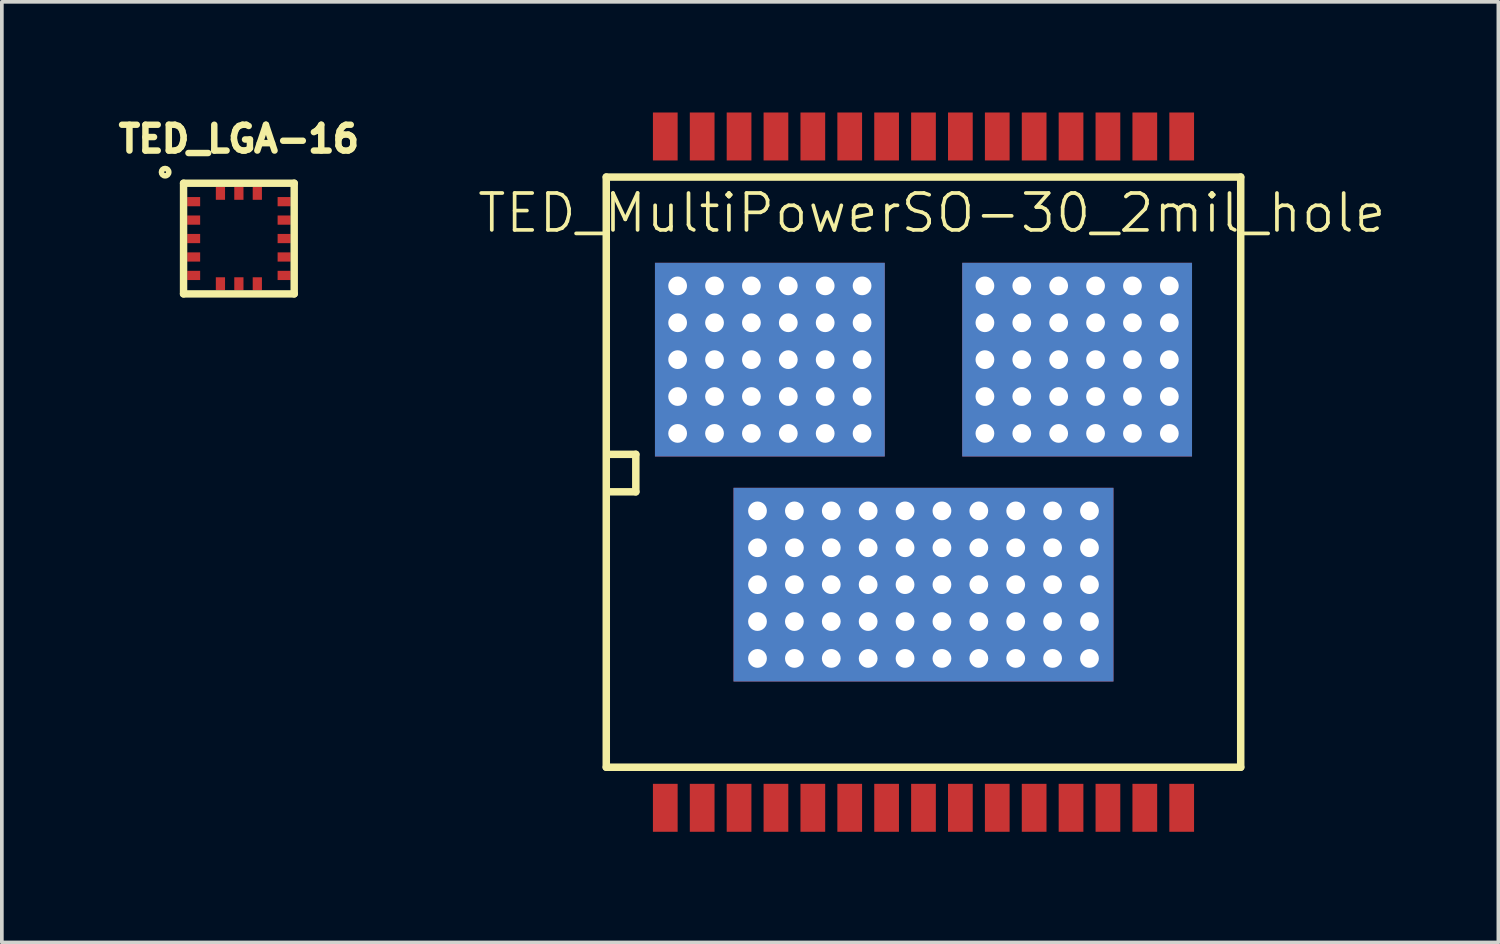
<source format=kicad_pcb>
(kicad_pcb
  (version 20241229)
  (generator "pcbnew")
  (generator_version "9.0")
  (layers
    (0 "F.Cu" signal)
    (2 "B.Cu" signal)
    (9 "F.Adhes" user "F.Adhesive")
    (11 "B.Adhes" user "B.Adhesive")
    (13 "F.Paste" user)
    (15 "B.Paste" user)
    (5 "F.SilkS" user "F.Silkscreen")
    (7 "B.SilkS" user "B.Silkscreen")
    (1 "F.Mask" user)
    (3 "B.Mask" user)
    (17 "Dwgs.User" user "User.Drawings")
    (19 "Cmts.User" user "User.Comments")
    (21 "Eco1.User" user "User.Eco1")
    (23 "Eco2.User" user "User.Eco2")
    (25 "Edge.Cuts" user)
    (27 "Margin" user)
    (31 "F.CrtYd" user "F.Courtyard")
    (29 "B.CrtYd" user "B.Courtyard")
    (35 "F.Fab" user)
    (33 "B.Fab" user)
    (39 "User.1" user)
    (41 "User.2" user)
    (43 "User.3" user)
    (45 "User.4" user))
  (footprint "TED_MultiPowerSO-30_2mil_hole"
    (layer "F.Cu")
    (at 21.986 9.75)
    (property "Reference" "TED_MultiPowerSO-30_2mil_hole" (at 0.225 -7.025 0) (layer "F.SilkS") (effects (font (size 1 1) (thickness 0.1))))
    (attr smd)
    (fp_line (start -8.6 -8) (end 8.6 -8) (stroke (width 0.203) (type solid)) (layer "F.SilkS"))
    (fp_line (start -8.6 8) (end -8.6 -8) (stroke (width 0.203) (type solid)) (layer "F.SilkS"))
    (fp_line (start -8.561 -0.483) (end -7.799 -0.483) (stroke (width 0.203) (type solid)) (layer "F.SilkS"))
    (fp_line (start -7.799 -0.483) (end -7.799 0.533) (stroke (width 0.203) (type solid)) (layer "F.SilkS"))
    (fp_line (start -7.799 0.533) (end -8.561 0.533) (stroke (width 0.203) (type solid)) (layer "F.SilkS"))
    (fp_line (start 8.6 -8) (end 8.6 8) (stroke (width 0.203) (type solid)) (layer "F.SilkS"))
    (fp_line (start 8.6 8) (end -8.6 8) (stroke (width 0.203) (type solid)) (layer "F.SilkS"))
    (pad "1" smd rect (at -7 9.1) (size 0.67 1.3) (layers "F.Cu" "F.Mask" "F.Paste"))
    (pad "2" smd rect (at -6 9.1) (size 0.67 1.3) (layers "F.Cu" "F.Mask" "F.Paste"))
    (pad "3" smd rect (at -5 9.1) (size 0.67 1.3) (layers "F.Cu" "F.Mask" "F.Paste"))
    (pad "4" smd rect (at -4 9.1) (size 0.67 1.3) (layers "F.Cu" "F.Mask" "F.Paste"))
    (pad "5" smd rect (at -3 9.1) (size 0.67 1.3) (layers "F.Cu" "F.Mask" "F.Paste"))
    (pad "6" smd rect (at -2 9.1) (size 0.67 1.3) (layers "F.Cu" "F.Mask" "F.Paste"))
    (pad "7" smd rect (at -1 9.1) (size 0.67 1.3) (layers "F.Cu" "F.Mask" "F.Paste"))
    (pad "8" smd rect (at 0 9.1) (size 0.67 1.3) (layers "F.Cu" "F.Mask" "F.Paste"))
    (pad "9" smd rect (at 1 9.1) (size 0.67 1.3) (layers "F.Cu" "F.Mask" "F.Paste"))
    (pad "10" smd rect (at 2 9.1) (size 0.67 1.3) (layers "F.Cu" "F.Mask" "F.Paste"))
    (pad "11" smd rect (at 3 9.1) (size 0.67 1.3) (layers "F.Cu" "F.Mask" "F.Paste"))
    (pad "12" smd rect (at 4 9.1) (size 0.67 1.3) (layers "F.Cu" "F.Mask" "F.Paste"))
    (pad "13" smd rect (at 5 9.1) (size 0.67 1.3) (layers "F.Cu" "F.Mask" "F.Paste"))
    (pad "14" smd rect (at 6 9.1) (size 0.67 1.3) (layers "F.Cu" "F.Mask" "F.Paste"))
    (pad "15" smd rect (at 7 9.1) (size 0.67 1.3) (layers "F.Cu" "F.Mask" "F.Paste"))
    (pad "16" smd rect (at 7 -9.1) (size 0.67 1.3) (layers "F.Cu" "F.Mask" "F.Paste"))
    (pad "17" smd rect (at 6 -9.1) (size 0.67 1.3) (layers "F.Cu" "F.Mask" "F.Paste"))
    (pad "18" smd rect (at 5 -9.1) (size 0.67 1.3) (layers "F.Cu" "F.Mask" "F.Paste"))
    (pad "19" smd rect (at 4 -9.1) (size 0.67 1.3) (layers "F.Cu" "F.Mask" "F.Paste"))
    (pad "20" smd rect (at 3 -9.1) (size 0.67 1.3) (layers "F.Cu" "F.Mask" "F.Paste"))
    (pad "21" smd rect (at 2 -9.1) (size 0.67 1.3) (layers "F.Cu" "F.Mask" "F.Paste"))
    (pad "22" smd rect (at 1 -9.1) (size 0.67 1.3) (layers "F.Cu" "F.Mask" "F.Paste"))
    (pad "23" smd rect (at 0 -9.1) (size 0.67 1.3) (layers "F.Cu" "F.Mask" "F.Paste"))
    (pad "24" smd rect (at -1 -9.1) (size 0.67 1.3) (layers "F.Cu" "F.Mask" "F.Paste"))
    (pad "25" smd rect (at -2 -9.1) (size 0.67 1.3) (layers "F.Cu" "F.Mask" "F.Paste"))
    (pad "26" smd rect (at -3 -9.1) (size 0.67 1.3) (layers "F.Cu" "F.Mask" "F.Paste"))
    (pad "27" smd rect (at -4 -9.1) (size 0.67 1.3) (layers "F.Cu" "F.Mask" "F.Paste"))
    (pad "28" smd rect (at -5 -9.1) (size 0.67 1.3) (layers "F.Cu" "F.Mask" "F.Paste"))
    (pad "29" smd rect (at -6 -9.1) (size 0.67 1.3) (layers "F.Cu" "F.Mask" "F.Paste"))
    (pad "30" smd rect (at -7 -9.1) (size 0.67 1.3) (layers "F.Cu" "F.Mask" "F.Paste"))
    (pad "31" thru_hole circle (at -4.5 1.05) (size 0.508 0.508) (drill 0.508) (layers "*.Cu"))
    (pad "31" thru_hole circle (at -4.5 2.05) (size 0.508 0.508) (drill 0.508) (layers "*.Cu"))
    (pad "31" thru_hole circle (at -4.5 3.05) (size 0.508 0.508) (drill 0.508) (layers "*.Cu"))
    (pad "31" thru_hole circle (at -4.5 4.05) (size 0.508 0.508) (drill 0.508) (layers "*.Cu"))
    (pad "31" thru_hole circle (at -4.5 5.05) (size 0.508 0.508) (drill 0.508) (layers "*.Cu"))
    (pad "31" thru_hole circle (at -3.5 1.05) (size 0.508 0.508) (drill 0.508) (layers "*.Cu"))
    (pad "31" thru_hole circle (at -3.5 2.05) (size 0.508 0.508) (drill 0.508) (layers "*.Cu"))
    (pad "31" thru_hole circle (at -3.5 3.05) (size 0.508 0.508) (drill 0.508) (layers "*.Cu"))
    (pad "31" thru_hole circle (at -3.5 4.05) (size 0.508 0.508) (drill 0.508) (layers "*.Cu"))
    (pad "31" thru_hole circle (at -3.5 5.05) (size 0.508 0.508) (drill 0.508) (layers "*.Cu"))
    (pad "31" thru_hole circle (at -2.5 1.05) (size 0.508 0.508) (drill 0.508) (layers "*.Cu"))
    (pad "31" thru_hole circle (at -2.5 2.05) (size 0.508 0.508) (drill 0.508) (layers "*.Cu"))
    (pad "31" thru_hole circle (at -2.5 3.05) (size 0.508 0.508) (drill 0.508) (layers "*.Cu"))
    (pad "31" thru_hole circle (at -2.5 4.05) (size 0.508 0.508) (drill 0.508) (layers "*.Cu"))
    (pad "31" thru_hole circle (at -2.5 5.05) (size 0.508 0.508) (drill 0.508) (layers "*.Cu"))
    (pad "31" thru_hole circle (at -1.5 1.05) (size 0.508 0.508) (drill 0.508) (layers "*.Cu"))
    (pad "31" thru_hole circle (at -1.5 2.05) (size 0.508 0.508) (drill 0.508) (layers "*.Cu"))
    (pad "31" thru_hole circle (at -1.5 3.05) (size 0.508 0.508) (drill 0.508) (layers "*.Cu"))
    (pad "31" thru_hole circle (at -1.5 4.05) (size 0.508 0.508) (drill 0.508) (layers "*.Cu"))
    (pad "31" thru_hole circle (at -1.5 5.05) (size 0.508 0.508) (drill 0.508) (layers "*.Cu"))
    (pad "31" thru_hole circle (at -0.5 1.05) (size 0.508 0.508) (drill 0.508) (layers "*.Cu"))
    (pad "31" thru_hole circle (at -0.5 2.05) (size 0.508 0.508) (drill 0.508) (layers "*.Cu"))
    (pad "31" thru_hole circle (at -0.5 3.05) (size 0.508 0.508) (drill 0.508) (layers "*.Cu"))
    (pad "31" thru_hole circle (at -0.5 4.05) (size 0.508 0.508) (drill 0.508) (layers "*.Cu"))
    (pad "31" thru_hole circle (at -0.5 5.05) (size 0.508 0.508) (drill 0.508) (layers "*.Cu"))
    (pad "31" smd rect (at 0 3.05) (size 10.3 5.25) (layers "F.Cu" "F.Mask" "F.Paste"))
    (pad "31" smd rect (at 0 3.05) (size 10.3 5.25) (layers "F.Mask" "B.Cu" "F.Paste"))
    (pad "31" thru_hole circle (at 0.5 1.05) (size 0.508 0.508) (drill 0.508) (layers "*.Cu"))
    (pad "31" thru_hole circle (at 0.5 2.05) (size 0.508 0.508) (drill 0.508) (layers "*.Cu"))
    (pad "31" thru_hole circle (at 0.5 3.05) (size 0.508 0.508) (drill 0.508) (layers "*.Cu"))
    (pad "31" thru_hole circle (at 0.5 4.05) (size 0.508 0.508) (drill 0.508) (layers "*.Cu"))
    (pad "31" thru_hole circle (at 0.5 5.05) (size 0.508 0.508) (drill 0.508) (layers "*.Cu"))
    (pad "31" thru_hole circle (at 1.5 1.05) (size 0.508 0.508) (drill 0.508) (layers "*.Cu"))
    (pad "31" thru_hole circle (at 1.5 2.05) (size 0.508 0.508) (drill 0.508) (layers "*.Cu"))
    (pad "31" thru_hole circle (at 1.5 3.05) (size 0.508 0.508) (drill 0.508) (layers "*.Cu"))
    (pad "31" thru_hole circle (at 1.5 4.05) (size 0.508 0.508) (drill 0.508) (layers "*.Cu"))
    (pad "31" thru_hole circle (at 1.5 5.05) (size 0.508 0.508) (drill 0.508) (layers "*.Cu"))
    (pad "31" thru_hole circle (at 2.5 1.05) (size 0.508 0.508) (drill 0.508) (layers "*.Cu"))
    (pad "31" thru_hole circle (at 2.5 2.05) (size 0.508 0.508) (drill 0.508) (layers "*.Cu"))
    (pad "31" thru_hole circle (at 2.5 3.05) (size 0.508 0.508) (drill 0.508) (layers "*.Cu"))
    (pad "31" thru_hole circle (at 2.5 4.05) (size 0.508 0.508) (drill 0.508) (layers "*.Cu"))
    (pad "31" thru_hole circle (at 2.5 5.05) (size 0.508 0.508) (drill 0.508) (layers "*.Cu"))
    (pad "31" thru_hole circle (at 3.5 1.05) (size 0.508 0.508) (drill 0.508) (layers "*.Cu"))
    (pad "31" thru_hole circle (at 3.5 2.05) (size 0.508 0.508) (drill 0.508) (layers "*.Cu"))
    (pad "31" thru_hole circle (at 3.5 3.05) (size 0.508 0.508) (drill 0.508) (layers "*.Cu"))
    (pad "31" thru_hole circle (at 3.5 4.05) (size 0.508 0.508) (drill 0.508) (layers "*.Cu"))
    (pad "31" thru_hole circle (at 3.5 5.05) (size 0.508 0.508) (drill 0.508) (layers "*.Cu"))
    (pad "31" thru_hole circle (at 4.5 1.05) (size 0.508 0.508) (drill 0.508) (layers "*.Cu"))
    (pad "31" thru_hole circle (at 4.5 2.05) (size 0.508 0.508) (drill 0.508) (layers "*.Cu"))
    (pad "31" thru_hole circle (at 4.5 3.05) (size 0.508 0.508) (drill 0.508) (layers "*.Cu"))
    (pad "31" thru_hole circle (at 4.5 4.05) (size 0.508 0.508) (drill 0.508) (layers "*.Cu"))
    (pad "31" thru_hole circle (at 4.5 5.05) (size 0.508 0.508) (drill 0.508) (layers "*.Cu"))
    (pad "32" thru_hole circle (at 1.665 -5.05) (size 0.508 0.508) (drill 0.508) (layers "*.Cu"))
    (pad "32" thru_hole circle (at 1.665 -4.05) (size 0.508 0.508) (drill 0.508) (layers "*.Cu"))
    (pad "32" thru_hole circle (at 1.665 -3.05) (size 0.508 0.508) (drill 0.508) (layers "*.Cu"))
    (pad "32" thru_hole circle (at 1.665 -2.05) (size 0.508 0.508) (drill 0.508) (layers "*.Cu"))
    (pad "32" thru_hole circle (at 1.665 -1.05) (size 0.508 0.508) (drill 0.508) (layers "*.Cu"))
    (pad "32" thru_hole circle (at 2.665 -5.05) (size 0.508 0.508) (drill 0.508) (layers "*.Cu"))
    (pad "32" thru_hole circle (at 2.665 -4.05) (size 0.508 0.508) (drill 0.508) (layers "*.Cu"))
    (pad "32" thru_hole circle (at 2.665 -3.05) (size 0.508 0.508) (drill 0.508) (layers "*.Cu"))
    (pad "32" thru_hole circle (at 2.665 -2.05) (size 0.508 0.508) (drill 0.508) (layers "*.Cu"))
    (pad "32" thru_hole circle (at 2.665 -1.05) (size 0.508 0.508) (drill 0.508) (layers "*.Cu"))
    (pad "32" thru_hole circle (at 3.665 -5.05) (size 0.508 0.508) (drill 0.508) (layers "*.Cu"))
    (pad "32" thru_hole circle (at 3.665 -4.05) (size 0.508 0.508) (drill 0.508) (layers "*.Cu"))
    (pad "32" thru_hole circle (at 3.665 -3.05) (size 0.508 0.508) (drill 0.508) (layers "*.Cu"))
    (pad "32" thru_hole circle (at 3.665 -2.05) (size 0.508 0.508) (drill 0.508) (layers "*.Cu"))
    (pad "32" thru_hole circle (at 3.665 -1.05) (size 0.508 0.508) (drill 0.508) (layers "*.Cu"))
    (pad "32" smd rect (at 4.165 -3.05) (size 6.23 5.25) (layers "F.Cu" "F.Mask" "F.Paste"))
    (pad "32" smd rect (at 4.165 -3.05) (size 6.23 5.25) (layers "F.Mask" "B.Cu" "F.Paste"))
    (pad "32" thru_hole circle (at 4.665 -5.05) (size 0.508 0.508) (drill 0.508) (layers "*.Cu"))
    (pad "32" thru_hole circle (at 4.665 -4.05) (size 0.508 0.508) (drill 0.508) (layers "*.Cu"))
    (pad "32" thru_hole circle (at 4.665 -3.05) (size 0.508 0.508) (drill 0.508) (layers "*.Cu"))
    (pad "32" thru_hole circle (at 4.665 -2.05) (size 0.508 0.508) (drill 0.508) (layers "*.Cu"))
    (pad "32" thru_hole circle (at 4.665 -1.05) (size 0.508 0.508) (drill 0.508) (layers "*.Cu"))
    (pad "32" thru_hole circle (at 5.665 -5.05) (size 0.508 0.508) (drill 0.508) (layers "*.Cu"))
    (pad "32" thru_hole circle (at 5.665 -4.05) (size 0.508 0.508) (drill 0.508) (layers "*.Cu"))
    (pad "32" thru_hole circle (at 5.665 -3.05) (size 0.508 0.508) (drill 0.508) (layers "*.Cu"))
    (pad "32" thru_hole circle (at 5.665 -2.05) (size 0.508 0.508) (drill 0.508) (layers "*.Cu"))
    (pad "32" thru_hole circle (at 5.665 -1.05) (size 0.508 0.508) (drill 0.508) (layers "*.Cu"))
    (pad "32" thru_hole circle (at 6.665 -5.05) (size 0.508 0.508) (drill 0.508) (layers "*.Cu"))
    (pad "32" thru_hole circle (at 6.665 -4.05) (size 0.508 0.508) (drill 0.508) (layers "*.Cu"))
    (pad "32" thru_hole circle (at 6.665 -3.05) (size 0.508 0.508) (drill 0.508) (layers "*.Cu"))
    (pad "32" thru_hole circle (at 6.665 -2.05) (size 0.508 0.508) (drill 0.508) (layers "*.Cu"))
    (pad "32" thru_hole circle (at 6.665 -1.05) (size 0.508 0.508) (drill 0.508) (layers "*.Cu"))
    (pad "33" thru_hole circle (at -6.665 -5.05) (size 0.508 0.508) (drill 0.508) (layers "*.Cu"))
    (pad "33" thru_hole circle (at -6.665 -4.05) (size 0.508 0.508) (drill 0.508) (layers "*.Cu"))
    (pad "33" thru_hole circle (at -6.665 -3.05) (size 0.508 0.508) (drill 0.508) (layers "*.Cu"))
    (pad "33" thru_hole circle (at -6.665 -2.05) (size 0.508 0.508) (drill 0.508) (layers "*.Cu"))
    (pad "33" thru_hole circle (at -6.665 -1.05) (size 0.508 0.508) (drill 0.508) (layers "*.Cu"))
    (pad "33" thru_hole circle (at -5.665 -5.05) (size 0.508 0.508) (drill 0.508) (layers "*.Cu"))
    (pad "33" thru_hole circle (at -5.665 -4.05) (size 0.508 0.508) (drill 0.508) (layers "*.Cu"))
    (pad "33" thru_hole circle (at -5.665 -3.05) (size 0.508 0.508) (drill 0.508) (layers "*.Cu"))
    (pad "33" thru_hole circle (at -5.665 -2.05) (size 0.508 0.508) (drill 0.508) (layers "*.Cu"))
    (pad "33" thru_hole circle (at -5.665 -1.05) (size 0.508 0.508) (drill 0.508) (layers "*.Cu"))
    (pad "33" thru_hole circle (at -4.665 -5.05) (size 0.508 0.508) (drill 0.508) (layers "*.Cu"))
    (pad "33" thru_hole circle (at -4.665 -4.05) (size 0.508 0.508) (drill 0.508) (layers "*.Cu"))
    (pad "33" thru_hole circle (at -4.665 -3.05) (size 0.508 0.508) (drill 0.508) (layers "*.Cu"))
    (pad "33" thru_hole circle (at -4.665 -2.05) (size 0.508 0.508) (drill 0.508) (layers "*.Cu"))
    (pad "33" thru_hole circle (at -4.665 -1.05) (size 0.508 0.508) (drill 0.508) (layers "*.Cu"))
    (pad "33" smd rect (at -4.165 -3.05) (size 6.23 5.25) (layers "F.Cu" "F.Mask" "F.Paste"))
    (pad "33" smd rect (at -4.165 -3.05) (size 6.23 5.25) (layers "F.Mask" "B.Cu" "F.Paste"))
    (pad "33" thru_hole circle (at -3.665 -5.05) (size 0.508 0.508) (drill 0.508) (layers "*.Cu"))
    (pad "33" thru_hole circle (at -3.665 -4.05) (size 0.508 0.508) (drill 0.508) (layers "*.Cu"))
    (pad "33" thru_hole circle (at -3.665 -3.05) (size 0.508 0.508) (drill 0.508) (layers "*.Cu"))
    (pad "33" thru_hole circle (at -3.665 -2.05) (size 0.508 0.508) (drill 0.508) (layers "*.Cu"))
    (pad "33" thru_hole circle (at -3.665 -1.05) (size 0.508 0.508) (drill 0.508) (layers "*.Cu"))
    (pad "33" thru_hole circle (at -2.665 -5.05) (size 0.508 0.508) (drill 0.508) (layers "*.Cu"))
    (pad "33" thru_hole circle (at -2.665 -4.05) (size 0.508 0.508) (drill 0.508) (layers "*.Cu"))
    (pad "33" thru_hole circle (at -2.665 -3.05) (size 0.508 0.508) (drill 0.508) (layers "*.Cu"))
    (pad "33" thru_hole circle (at -2.665 -2.05) (size 0.508 0.508) (drill 0.508) (layers "*.Cu"))
    (pad "33" thru_hole circle (at -2.665 -1.05) (size 0.508 0.508) (drill 0.508) (layers "*.Cu"))
    (pad "33" thru_hole circle (at -1.665 -5.05) (size 0.508 0.508) (drill 0.508) (layers "*.Cu"))
    (pad "33" thru_hole circle (at -1.665 -4.05) (size 0.508 0.508) (drill 0.508) (layers "*.Cu"))
    (pad "33" thru_hole circle (at -1.665 -3.05) (size 0.508 0.508) (drill 0.508) (layers "*.Cu"))
    (pad "33" thru_hole circle (at -1.665 -2.05) (size 0.508 0.508) (drill 0.508) (layers "*.Cu"))
    (pad "33" thru_hole circle (at -1.665 -1.05) (size 0.508 0.508) (drill 0.508) (layers "*.Cu")))
  (footprint "TED_LGA-16"
    (layer "F.Cu")
    (at 3.426 3.417)
    (property "Reference" "TED_LGA-16" (at 0 -2.7 0) (layer "F.SilkS") (effects (font (size 0.7 0.7) (thickness 0.175))))
    (attr through_hole)
    (fp_line (start -1.5 -1.5) (end -1.5 1.5) (stroke (width 0.201) (type solid)) (layer "F.SilkS"))
    (fp_line (start -1.5 -1.5) (end 1.5 -1.5) (stroke (width 0.201) (type solid)) (layer "F.SilkS"))
    (fp_line (start 1.5 -1.5) (end 1.5 1.5) (stroke (width 0.201) (type solid)) (layer "F.SilkS"))
    (fp_line (start 1.5 1.5) (end -1.5 1.5) (stroke (width 0.201) (type solid)) (layer "F.SilkS"))
    (fp_circle (center -2 -1.8) (end -1.9 -1.8) (stroke (width 0.15) (type solid)) (fill no) (layer "F.SilkS"))
    (pad "1" smd rect (at -1.225 -1 270) (size 0.25 0.35) (layers "F.Cu" "F.Mask" "F.Paste"))
    (pad "2" smd rect (at -1.225 -0.5 270) (size 0.25 0.35) (layers "F.Cu" "F.Mask" "F.Paste"))
    (pad "3" smd rect (at -1.225 0 270) (size 0.25 0.35) (layers "F.Cu" "F.Mask" "F.Paste"))
    (pad "4" smd rect (at -1.225 0.5 270) (size 0.25 0.35) (layers "F.Cu" "F.Mask" "F.Paste"))
    (pad "5" smd rect (at -1.225 1 270) (size 0.25 0.35) (layers "F.Cu" "F.Mask" "F.Paste"))
    (pad "6" smd rect (at -0.5 1.225 270) (size 0.35 0.25) (layers "F.Cu" "F.Mask" "F.Paste"))
    (pad "7" smd rect (at 0 1.225 270) (size 0.35 0.25) (layers "F.Cu" "F.Mask" "F.Paste"))
    (pad "8" smd rect (at 0.5 1.225 270) (size 0.35 0.25) (layers "F.Cu" "F.Mask" "F.Paste"))
    (pad "9" smd rect (at 1.225 1 270) (size 0.25 0.35) (layers "F.Cu" "F.Mask" "F.Paste"))
    (pad "10" smd rect (at 1.225 0.5 270) (size 0.25 0.35) (layers "F.Cu" "F.Mask" "F.Paste"))
    (pad "11" smd rect (at 1.225 0 270) (size 0.25 0.35) (layers "F.Cu" "F.Mask" "F.Paste"))
    (pad "12" smd rect (at 1.225 -0.5 270) (size 0.25 0.35) (layers "F.Cu" "F.Mask" "F.Paste"))
    (pad "13" smd rect (at 1.225 -1 270) (size 0.25 0.35) (layers "F.Cu" "F.Mask" "F.Paste"))
    (pad "14" smd rect (at 0.5 -1.225 270) (size 0.35 0.25) (layers "F.Cu" "F.Mask" "F.Paste"))
    (pad "15" smd rect (at 0 -1.225 270) (size 0.35 0.25) (layers "F.Cu" "F.Mask" "F.Paste"))
    (pad "16" smd rect (at -0.5 -1.225 270) (size 0.35 0.25) (layers "F.Cu" "F.Mask" "F.Paste")))
  (gr_rect
    (start -3 -3)
    (end 37.571 22.5)
    (stroke (width 0.1) (type default))
    (fill no)
    (layer "Edge.Cuts")))
</source>
